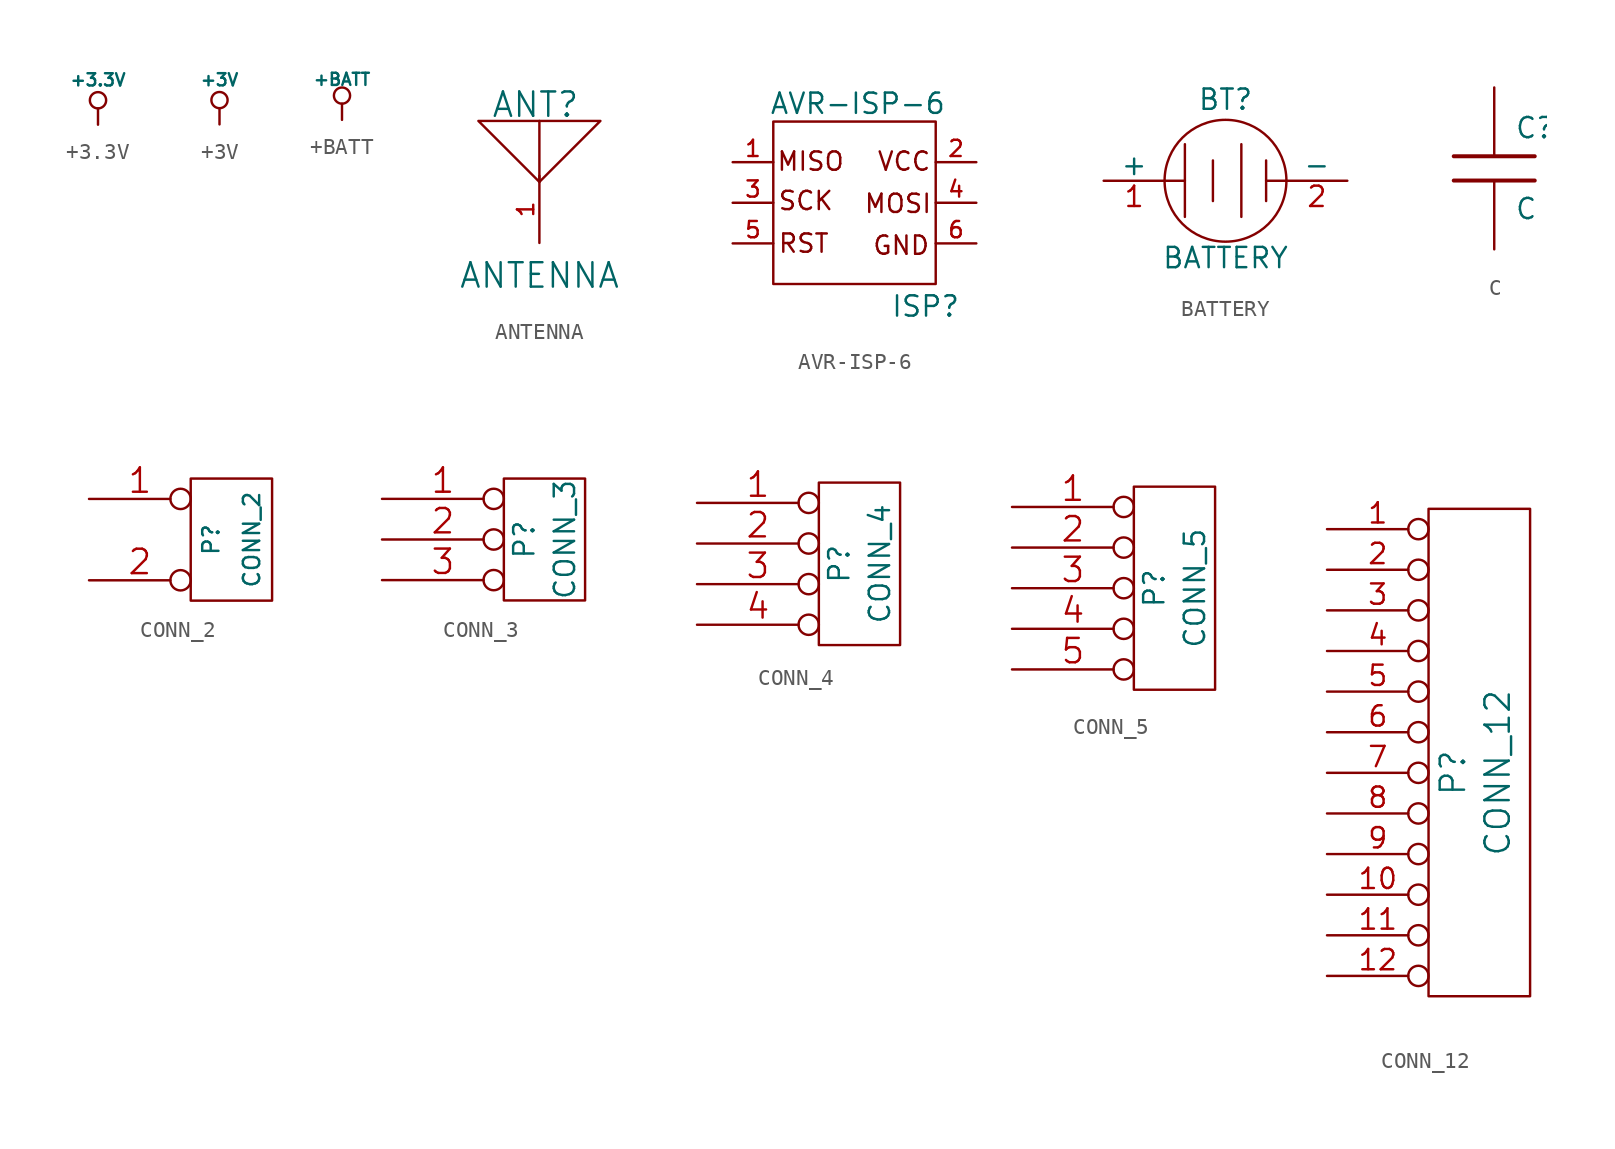
<source format=kicad_sym>
(kicad_symbol_lib
  (version 20211014)
  (generator kicad_symbol_editor)
  (symbol "+3.3V"
    (power)
    (pin_names
      (offset 0))
    (property "Reference" "#PWR"
      (at 0 -1.016 0)
      (effects (font (size 0.762 0.762)) hide))
    (property "Value" "+3.3V"
      (at 0 2.794 0)
      (effects (font (size 0.762 0.762))))
    (property "Footprint" ""
      (at 0 0 0)
      (effects (font (size 1.524 1.524))))
    (property "Datasheet" ""
      (at 0 0 0)
      (effects (font (size 1.524 1.524))))
    (symbol "+3.3V_0_0"
      (pin power_in line (at 0 0 90) (length 0) hide (name "+3.3V" (effects (font (size 0.762 0.762)))) (number "1" (effects (font (size 0.762 0.762))))))
    (symbol "+3.3V_0_1"
      (polyline (pts (xy 0 0) (xy 0 1.016) (xy 0 1.016)) (stroke (width 0) (type default) (color 0 0 0 0)) (fill (type none)))
      (circle (center 0 1.524) (radius 0.508) (stroke (width 0) (type default) (color 0 0 0 0)) (fill (type none)))))
  (symbol "+3V"
    (power)
    (pin_names
      (offset 0))
    (property "Reference" "#PWR"
      (at 0 -2.286 0)
      (effects (font (size 0.762 0.762)) hide))
    (property "Value" "+3V"
      (at 0 2.794 0)
      (effects (font (size 0.762 0.762))))
    (property "Footprint" ""
      (at 0 0 0)
      (effects (font (size 1.524 1.524))))
    (property "Datasheet" ""
      (at 0 0 0)
      (effects (font (size 1.524 1.524))))
    (symbol "+3V_0_0"
      (pin power_in line (at 0 0 90) (length 0) hide (name "+3V" (effects (font (size 0.762 0.762)))) (number "1" (effects (font (size 0.762 0.762))))))
    (symbol "+3V_0_1"
      (polyline (pts (xy 0 0) (xy 0 1.016) (xy 0 1.016)) (stroke (width 0) (type default) (color 0 0 0 0)) (fill (type none)))
      (circle (center 0 1.524) (radius 0.508) (stroke (width 0) (type default) (color 0 0 0 0)) (fill (type none)))))
  (symbol "+BATT"
    (power)
    (pin_names
      (offset 0))
    (property "Reference" "#PWR"
      (at 0 -1.27 0)
      (effects (font (size 0.508 0.508)) hide))
    (property "Value" "+BATT"
      (at 0 2.54 0)
      (effects (font (size 0.762 0.762))))
    (property "Footprint" ""
      (at 0 0 0)
      (effects (font (size 1.524 1.524))))
    (property "Datasheet" ""
      (at 0 0 0)
      (effects (font (size 1.524 1.524))))
    (symbol "+BATT_0_0"
      (pin power_in line (at 0 0 90) (length 0) hide (name "+BATT" (effects (font (size 0.508 0.508)))) (number "1" (effects (font (size 0.508 0.508))))))
    (symbol "+BATT_0_1"
      (polyline (pts (xy 0 0) (xy 0 1.016) (xy 0 1.016)) (stroke (width 0) (type default) (color 0 0 0 0)) (fill (type none)))
      (circle (center 0 1.524) (radius 0.508) (stroke (width 0) (type default) (color 0 0 0 0)) (fill (type none)))))
  (symbol "ANTENNA"
    (pin_names
      (offset 1.016) hide)
    (property "Reference" "ANT"
      (at 2.54 6.096 0)
      (effects (font (size 1.524 1.524)) (justify right)))
    (property "Value" "ANTENNA"
      (at 5.08 -4.572 0)
      (effects (font (size 1.524 1.524)) (justify right)))
    (property "Footprint" ""
      (at 0 0 0)
      (effects (font (size 1.524 1.524))))
    (property "Datasheet" ""
      (at 0 0 0)
      (effects (font (size 1.524 1.524))))
    (symbol "ANTENNA_0_1"
      (polyline (pts (xy 0 5.08) (xy 0 1.27)) (stroke (width 0) (type default) (color 0 0 0 0)) (fill (type none)))
      (polyline (pts (xy -3.81 5.08) (xy 3.81 5.08) (xy 0 1.27) (xy -3.81 5.08)) (stroke (width 0) (type default) (color 0 0 0 0)) (fill (type none)))
      (pin passive line (at 0 -2.54 90) (length 4.191) (name "~" (effects (font (size 1.016 1.016)))) (number "1" (effects (font (size 1.016 1.016)))))))
  (symbol "AVR-ISP-6"
    (pin_names
      (offset 1.016))
    (property "Reference" "ISP"
      (at 4.445 -6.477 0)
      (effects (font (size 1.27 1.27))))
    (property "Value" "AVR-ISP-6"
      (at -5.334 5.461 0)
      (effects (font (size 1.27 1.27)) (justify left bottom)))
    (property "Datasheet" ""
      (at 0 0 0)
      (effects (font (size 1.524 1.524))))
    (symbol "AVR-ISP-6_0_0"
      (text "SCK" (at -3.048 0.127 0) (effects (font (size 1.143 1.143))))
      (text "VCC" (at 3.099 2.591 0) (effects (font (size 1.143 1.143)))))
    (symbol "AVR-ISP-6_0_1"
      (rectangle (start -5.08 5.08) (end 5.08 -5.08) (stroke (width 0) (type default) (color 0 0 0 0)) (fill (type none))))
    (symbol "AVR-ISP-6_1_0"
      (text "GND" (at 2.921 -2.667 0) (effects (font (size 1.143 1.143))))
      (text "MISO" (at -2.743 2.591 0) (effects (font (size 1.143 1.143))))
      (text "MOSI" (at 2.718 -0.051 0) (effects (font (size 1.143 1.143))))
      (text "RST" (at -3.175 -2.54 0) (effects (font (size 1.143 1.143)))))
    (symbol "AVR-ISP-6_1_1"
      (pin passive line (at -7.62 2.54 0) (length 2.54) (name "~" (effects (font (size 1.016 1.016)))) (number "1" (effects (font (size 1.016 1.016)))))
      (pin passive line (at 7.62 2.54 180) (length 2.54) (name "~" (effects (font (size 1.016 1.016)))) (number "2" (effects (font (size 1.016 1.016)))))
      (pin passive line (at -7.62 0 0) (length 2.54) (name "~" (effects (font (size 1.016 1.016)))) (number "3" (effects (font (size 1.016 1.016)))))
      (pin passive line (at 7.62 0 180) (length 2.54) (name "~" (effects (font (size 1.016 1.016)))) (number "4" (effects (font (size 1.016 1.016)))))
      (pin passive line (at -7.62 -2.54 0) (length 2.54) (name "~" (effects (font (size 1.016 1.016)))) (number "5" (effects (font (size 1.016 1.016)))))
      (pin passive line (at 7.62 -2.54 180) (length 2.54) (name "~" (effects (font (size 1.016 1.016)))) (number "6" (effects (font (size 1.016 1.016)))))))
  (symbol "BATTERY"
    (pin_names
      (offset 0))
    (property "Reference" "BT"
      (at 0 5.08 0)
      (effects (font (size 1.27 1.27))))
    (property "Value" "BATTERY"
      (at 0 -4.826 0)
      (effects (font (size 1.27 1.27))))
    (property "Footprint" ""
      (at 0 0 0)
      (effects (font (size 1.524 1.524))))
    (property "Datasheet" ""
      (at 0 0 0)
      (effects (font (size 1.524 1.524))))
    (symbol "BATTERY_0_1"
      (polyline (pts (xy -2.54 0) (xy -3.81 0)) (stroke (width 0) (type default) (color 0 0 0 0)) (fill (type none)))
      (polyline (pts (xy -2.54 2.286) (xy -2.54 -2.261)) (stroke (width 0.152) (type default) (color 0 0 0 0)) (fill (type none)))
      (polyline (pts (xy -0.787 1.27) (xy -0.787 -1.27)) (stroke (width 0.152) (type default) (color 0 0 0 0)) (fill (type none)))
      (polyline (pts (xy 0.991 2.286) (xy 0.991 -2.261)) (stroke (width 0.152) (type default) (color 0 0 0 0)) (fill (type none)))
      (polyline (pts (xy 2.54 0) (xy 3.81 0)) (stroke (width 0) (type default) (color 0 0 0 0)) (fill (type none)))
      (polyline (pts (xy 2.54 1.27) (xy 2.54 -1.27)) (stroke (width 0.152) (type default) (color 0 0 0 0)) (fill (type none)))
      (circle (center 0 0) (radius 3.81) (stroke (width 0.152) (type default) (color 0 0 0 0)) (fill (type none))))
    (symbol "BATTERY_1_1"
      (pin passive line (at -7.62 0 0) (length 3.81) (name "+" (effects (font (size 1.27 1.27)))) (number "1" (effects (font (size 1.27 1.27)))))
      (pin passive line (at 7.62 0 180) (length 3.81) (name "-" (effects (font (size 1.27 1.27)))) (number "2" (effects (font (size 1.27 1.27)))))))
  (symbol "C"
    (pin_numbers hide)
    (pin_names
      (offset 0.254))
    (property "Reference" "C"
      (at 1.27 2.54 0)
      (effects (font (size 1.27 1.27)) (justify left)))
    (property "Value" "C"
      (at 1.27 -2.54 0)
      (effects (font (size 1.27 1.27)) (justify left)))
    (property "Footprint" ""
      (at 0 0 0)
      (effects (font (size 1.524 1.524))))
    (property "Datasheet" ""
      (at 0 0 0)
      (effects (font (size 1.524 1.524))))
    (symbol "C_0_1"
      (polyline (pts (xy -2.54 -0.762) (xy 2.54 -0.762)) (stroke (width 0.254) (type default) (color 0 0 0 0)) (fill (type none)))
      (polyline (pts (xy -2.54 0.762) (xy 2.54 0.762)) (stroke (width 0.254) (type default) (color 0 0 0 0)) (fill (type none))))
    (symbol "C_1_1"
      (pin passive line (at 0 5.08 270) (length 4.318) (name "~" (effects (font (size 1.016 1.016)))) (number "1" (effects (font (size 1.016 1.016)))))
      (pin passive line (at 0 -5.08 90) (length 4.318) (name "~" (effects (font (size 1.016 1.016)))) (number "2" (effects (font (size 1.016 1.016)))))))
  (symbol "CONN_2"
    (pin_names
      (offset 1.016) hide)
    (property "Reference" "P"
      (at -1.27 0 90)
      (effects (font (size 1.016 1.016))))
    (property "Value" "CONN_2"
      (at 1.27 0 90)
      (effects (font (size 1.016 1.016))))
    (property "Footprint" ""
      (at 0 0 0)
      (effects (font (size 1.524 1.524))))
    (property "Datasheet" ""
      (at 0 0 0)
      (effects (font (size 1.524 1.524))))
    (symbol "CONN_2_0_1"
      (rectangle (start -2.54 3.81) (end 2.54 -3.81) (stroke (width 0) (type default) (color 0 0 0 0)) (fill (type none))))
    (symbol "CONN_2_1_1"
      (pin passive inverted (at -8.89 2.54 0) (length 6.35) (name "P1" (effects (font (size 1.524 1.524)))) (number "1" (effects (font (size 1.524 1.524)))))
      (pin passive inverted (at -8.89 -2.54 0) (length 6.35) (name "PM" (effects (font (size 1.524 1.524)))) (number "2" (effects (font (size 1.524 1.524)))))))
  (symbol "CONN_3"
    (pin_names
      (offset 1.016))
    (property "Reference" "P"
      (at -1.27 0 90)
      (effects (font (size 1.27 1.27))))
    (property "Value" "CONN_3"
      (at 1.27 0 90)
      (effects (font (size 1.27 1.27))))
    (property "Footprint" ""
      (at 0 0 0)
      (effects (font (size 1.524 1.524))))
    (property "Datasheet" ""
      (at 0 0 0)
      (effects (font (size 1.524 1.524))))
    (symbol "CONN_3_0_1"
      (rectangle (start -2.54 3.81) (end 2.54 -3.81) (stroke (width 0) (type default) (color 0 0 0 0)) (fill (type none))))
    (symbol "CONN_3_1_1"
      (pin passive inverted (at -10.16 2.54 0) (length 7.62) (name "~" (effects (font (size 1.524 1.524)))) (number "1" (effects (font (size 1.524 1.524)))))
      (pin passive inverted (at -10.16 0 0) (length 7.62) (name "~" (effects (font (size 1.524 1.524)))) (number "2" (effects (font (size 1.524 1.524)))))
      (pin passive inverted (at -10.16 -2.54 0) (length 7.62) (name "~" (effects (font (size 1.524 1.524)))) (number "3" (effects (font (size 1.524 1.524)))))))
  (symbol "CONN_4"
    (pin_names
      (offset 1.016))
    (property "Reference" "P"
      (at -1.27 -1.27 90)
      (effects (font (size 1.27 1.27))))
    (property "Value" "CONN_4"
      (at 1.27 -1.27 90)
      (effects (font (size 1.27 1.27))))
    (property "Footprint" ""
      (at 0 0 0)
      (effects (font (size 1.524 1.524))))
    (property "Datasheet" ""
      (at 0 0 0)
      (effects (font (size 1.524 1.524))))
    (symbol "CONN_4_0_1"
      (rectangle (start -2.54 3.81) (end 2.54 -6.35) (stroke (width 0) (type default) (color 0 0 0 0)) (fill (type none))))
    (symbol "CONN_4_1_1"
      (pin passive inverted (at -10.16 2.54 0) (length 7.62) (name "~" (effects (font (size 1.524 1.524)))) (number "1" (effects (font (size 1.524 1.524)))))
      (pin passive inverted (at -10.16 0 0) (length 7.62) (name "~" (effects (font (size 1.524 1.524)))) (number "2" (effects (font (size 1.524 1.524)))))
      (pin passive inverted (at -10.16 -2.54 0) (length 7.62) (name "~" (effects (font (size 1.524 1.524)))) (number "3" (effects (font (size 1.524 1.524)))))
      (pin passive inverted (at -10.16 -5.08 0) (length 7.62) (name "~" (effects (font (size 1.524 1.524)))) (number "4" (effects (font (size 1.524 1.524)))))))
  (symbol "CONN_5"
    (pin_names
      (offset 1.016))
    (property "Reference" "P"
      (at -1.27 0 90)
      (effects (font (size 1.27 1.27))))
    (property "Value" "CONN_5"
      (at 1.27 0 90)
      (effects (font (size 1.27 1.27))))
    (property "Footprint" ""
      (at 0 0 0)
      (effects (font (size 1.524 1.524))))
    (property "Datasheet" ""
      (at 0 0 0)
      (effects (font (size 1.524 1.524))))
    (symbol "CONN_5_0_1"
      (rectangle (start -2.54 6.35) (end 2.54 -6.35) (stroke (width 0) (type default) (color 0 0 0 0)) (fill (type none))))
    (symbol "CONN_5_1_1"
      (pin passive inverted (at -10.16 5.08 0) (length 7.62) (name "~" (effects (font (size 1.524 1.524)))) (number "1" (effects (font (size 1.524 1.524)))))
      (pin passive inverted (at -10.16 2.54 0) (length 7.62) (name "~" (effects (font (size 1.524 1.524)))) (number "2" (effects (font (size 1.524 1.524)))))
      (pin passive inverted (at -10.16 0 0) (length 7.62) (name "~" (effects (font (size 1.524 1.524)))) (number "3" (effects (font (size 1.524 1.524)))))
      (pin passive inverted (at -10.16 -2.54 0) (length 7.62) (name "~" (effects (font (size 1.524 1.524)))) (number "4" (effects (font (size 1.524 1.524)))))
      (pin passive inverted (at -10.16 -5.08 0) (length 7.62) (name "~" (effects (font (size 1.524 1.524)))) (number "5" (effects (font (size 1.524 1.524)))))))
  (symbol "CONN_12"
    (pin_names
      (offset 1.016) hide)
    (property "Reference" "P"
      (at -1.016 0 90)
      (effects (font (size 1.524 1.524))))
    (property "Value" "CONN_12"
      (at 1.778 0 90)
      (effects (font (size 1.524 1.524))))
    (property "Footprint" ""
      (at 0 0 0)
      (effects (font (size 1.524 1.524))))
    (property "Datasheet" ""
      (at 0 0 0)
      (effects (font (size 1.524 1.524))))
    (symbol "CONN_12_0_1"
      (rectangle (start -2.54 16.51) (end 3.81 -13.97) (stroke (width 0) (type default) (color 0 0 0 0)) (fill (type none))))
    (symbol "CONN_12_1_1"
      (pin passive inverted (at -8.89 15.24 0) (length 6.35) (name "P1" (effects (font (size 1.27 1.27)))) (number "1" (effects (font (size 1.27 1.27)))))
      (pin passive inverted (at -8.89 -7.62 0) (length 6.35) (name "P10" (effects (font (size 1.27 1.27)))) (number "10" (effects (font (size 1.27 1.27)))))
      (pin passive inverted (at -8.89 -10.16 0) (length 6.35) (name "P11" (effects (font (size 1.27 1.27)))) (number "11" (effects (font (size 1.27 1.27)))))
      (pin passive inverted (at -8.89 -12.7 0) (length 6.35) (name "P12" (effects (font (size 1.27 1.27)))) (number "12" (effects (font (size 1.27 1.27)))))
      (pin passive inverted (at -8.89 12.7 0) (length 6.35) (name "P2" (effects (font (size 1.27 1.27)))) (number "2" (effects (font (size 1.27 1.27)))))
      (pin passive inverted (at -8.89 10.16 0) (length 6.35) (name "P3" (effects (font (size 1.27 1.27)))) (number "3" (effects (font (size 1.27 1.27)))))
      (pin passive inverted (at -8.89 7.62 0) (length 6.35) (name "P4" (effects (font (size 1.27 1.27)))) (number "4" (effects (font (size 1.27 1.27)))))
      (pin passive inverted (at -8.89 5.08 0) (length 6.35) (name "P5" (effects (font (size 1.27 1.27)))) (number "5" (effects (font (size 1.27 1.27)))))
      (pin passive inverted (at -8.89 2.54 0) (length 6.35) (name "P6" (effects (font (size 1.27 1.27)))) (number "6" (effects (font (size 1.27 1.27)))))
      (pin passive inverted (at -8.89 0 0) (length 6.35) (name "P7" (effects (font (size 1.27 1.27)))) (number "7" (effects (font (size 1.27 1.27)))))
      (pin passive inverted (at -8.89 -2.54 0) (length 6.35) (name "P8" (effects (font (size 1.27 1.27)))) (number "8" (effects (font (size 1.27 1.27)))))
      (pin passive inverted (at -8.89 -5.08 0) (length 6.35) (name "P9" (effects (font (size 1.27 1.27)))) (number "9" (effects (font (size 1.27 1.27))))))))
</source>
